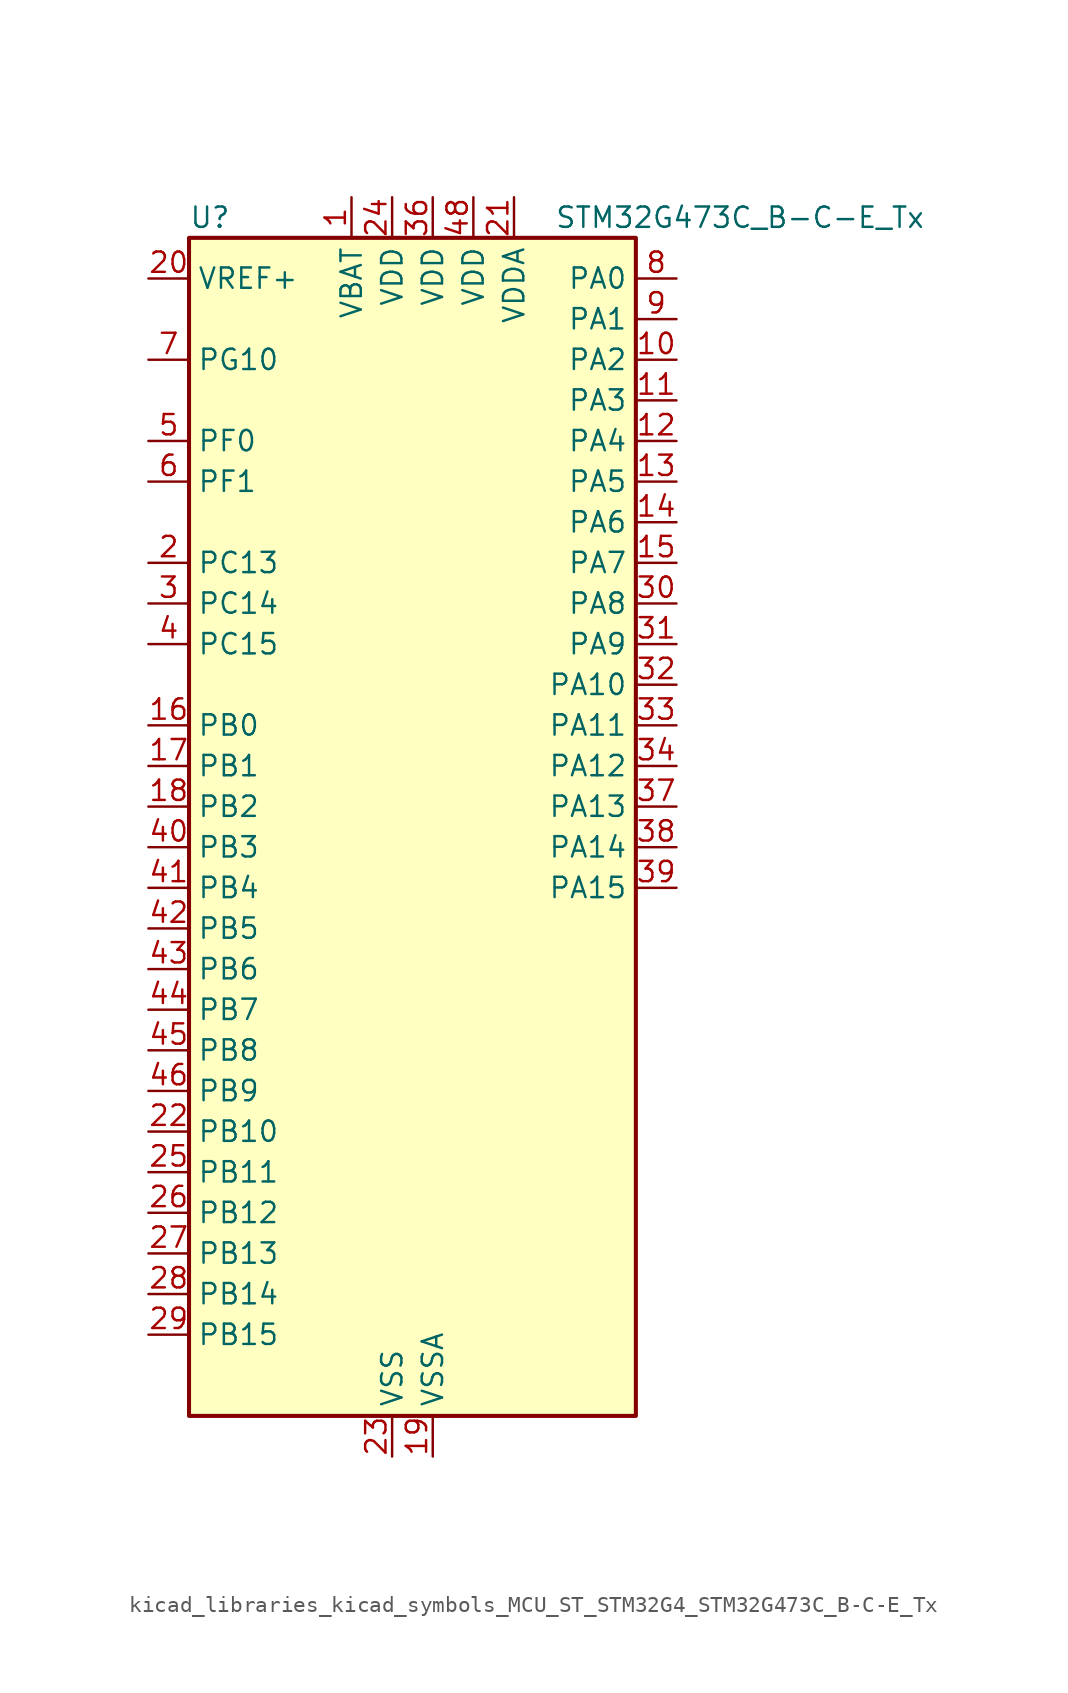
<source format=kicad_sym>
(kicad_symbol_lib
  (version 20220914)
  (generator kicad_symbol_editor)
  (symbol "kicad_libraries_kicad_symbols_MCU_ST_STM32G4_STM32G473C_B-C-E_Tx"
    (property "Reference" "U"
      (at -12.7 39.37 0)
      (effects (font (size 1.27 1.27)) (justify left)))
    (property "Value" "STM32G473C_B-C-E_Tx"
      (at 10.16 39.37 0)
      (effects (font (size 1.27 1.27)) (justify left)))
    (property "ki_locked" ""
      (at 0 0 0)
      (effects (font (size 1.27 1.27))))
    (symbol "kicad_libraries_kicad_symbols_MCU_ST_STM32G4_STM32G473C_B-C-E_Tx_0_1"
      (rectangle (start -12.7 -35.56) (end 15.24 38.1) (stroke (width 0.254) (type default)) (fill (type background))))
    (symbol "kicad_libraries_kicad_symbols_MCU_ST_STM32G4_STM32G473C_B-C-E_Tx_1_1"
      (pin power_in line (at -2.54 40.64 270) (length 2.54) (name "VBAT" (effects (font (size 1.27 1.27)))) (number "1" (effects (font (size 1.27 1.27)))))
      (pin bidirectional line (at 17.78 30.48 180) (length 2.54) (name "PA2" (effects (font (size 1.27 1.27)))) (number "10" (effects (font (size 1.27 1.27)))) (alternate "ADC1_IN3" bidirectional line) (alternate "ADC3_EXTI2" bidirectional line) (alternate "ADC4_EXTI2" bidirectional line) (alternate "ADC5_EXTI2" bidirectional line) (alternate "COMP2_INM" bidirectional line) (alternate "COMP2_OUT" bidirectional line) (alternate "LPUART1_TX" bidirectional line) (alternate "OPAMP1_VOUT" bidirectional line) (alternate "QUADSPI1_BK1_NCS" bidirectional line) (alternate "RCC_LSCO" bidirectional line) (alternate "SYS_WKUP4" bidirectional line) (alternate "TIM15_CH1" bidirectional line) (alternate "TIM2_CH3" bidirectional line) (alternate "TIM5_CH3" bidirectional line) (alternate "UCPD1_FRSTX1" bidirectional line) (alternate "UCPD1_FRSTX2" bidirectional line) (alternate "USART2_TX" bidirectional line))
      (pin bidirectional line (at 17.78 27.94 180) (length 2.54) (name "PA3" (effects (font (size 1.27 1.27)))) (number "11" (effects (font (size 1.27 1.27)))) (alternate "ADC1_IN4" bidirectional line) (alternate "ADC3_EXTI3" bidirectional line) (alternate "ADC4_EXTI3" bidirectional line) (alternate "ADC5_EXTI3" bidirectional line) (alternate "COMP2_INP" bidirectional line) (alternate "LPUART1_RX" bidirectional line) (alternate "OPAMP1_VINM" bidirectional line) (alternate "OPAMP1_VINM0" bidirectional line) (alternate "OPAMP1_VINM_SEC" bidirectional line) (alternate "OPAMP1_VINP" bidirectional line) (alternate "OPAMP1_VINP_SEC" bidirectional line) (alternate "OPAMP5_VINM" bidirectional line) (alternate "OPAMP5_VINM1" bidirectional line) (alternate "OPAMP5_VINM_SEC" bidirectional line) (alternate "QUADSPI1_CLK" bidirectional line) (alternate "SAI1_CK1" bidirectional line) (alternate "SAI1_MCLK_A" bidirectional line) (alternate "TIM15_CH2" bidirectional line) (alternate "TIM2_CH4" bidirectional line) (alternate "TIM5_CH4" bidirectional line) (alternate "USART2_RX" bidirectional line))
      (pin bidirectional line (at 17.78 25.4 180) (length 2.54) (name "PA4" (effects (font (size 1.27 1.27)))) (number "12" (effects (font (size 1.27 1.27)))) (alternate "ADC2_IN17" bidirectional line) (alternate "COMP1_INM" bidirectional line) (alternate "DAC1_OUT1" bidirectional line) (alternate "I2S3_WS" bidirectional line) (alternate "SAI1_FS_B" bidirectional line) (alternate "SPI1_NSS" bidirectional line) (alternate "SPI3_NSS" bidirectional line) (alternate "TIM3_CH2" bidirectional line) (alternate "USART2_CK" bidirectional line))
      (pin bidirectional line (at 17.78 22.86 180) (length 2.54) (name "PA5" (effects (font (size 1.27 1.27)))) (number "13" (effects (font (size 1.27 1.27)))) (alternate "ADC2_IN13" bidirectional line) (alternate "COMP2_INM" bidirectional line) (alternate "DAC1_OUT2" bidirectional line) (alternate "OPAMP2_VINM" bidirectional line) (alternate "OPAMP2_VINM0" bidirectional line) (alternate "OPAMP2_VINM_SEC" bidirectional line) (alternate "SPI1_SCK" bidirectional line) (alternate "TIM2_CH1" bidirectional line) (alternate "TIM2_ETR" bidirectional line) (alternate "UCPD1_FRSTX1" bidirectional line) (alternate "UCPD1_FRSTX2" bidirectional line))
      (pin bidirectional line (at 17.78 20.32 180) (length 2.54) (name "PA6" (effects (font (size 1.27 1.27)))) (number "14" (effects (font (size 1.27 1.27)))) (alternate "ADC2_IN3" bidirectional line) (alternate "COMP1_OUT" bidirectional line) (alternate "DAC2_OUT1" bidirectional line) (alternate "LPUART1_CTS" bidirectional line) (alternate "OPAMP2_VOUT" bidirectional line) (alternate "QUADSPI1_BK1_IO3" bidirectional line) (alternate "SPI1_MISO" bidirectional line) (alternate "TIM16_CH1" bidirectional line) (alternate "TIM1_BKIN" bidirectional line) (alternate "TIM3_CH1" bidirectional line) (alternate "TIM8_BKIN" bidirectional line))
      (pin bidirectional line (at 17.78 17.78 180) (length 2.54) (name "PA7" (effects (font (size 1.27 1.27)))) (number "15" (effects (font (size 1.27 1.27)))) (alternate "ADC2_IN4" bidirectional line) (alternate "COMP2_INP" bidirectional line) (alternate "COMP2_OUT" bidirectional line) (alternate "OPAMP1_VINP" bidirectional line) (alternate "OPAMP1_VINP_SEC" bidirectional line) (alternate "OPAMP2_VINP" bidirectional line) (alternate "OPAMP2_VINP_SEC" bidirectional line) (alternate "QUADSPI1_BK1_IO2" bidirectional line) (alternate "SPI1_MOSI" bidirectional line) (alternate "TIM17_CH1" bidirectional line) (alternate "TIM1_CH1N" bidirectional line) (alternate "TIM3_CH2" bidirectional line) (alternate "TIM8_CH1N" bidirectional line) (alternate "UCPD1_FRSTX1" bidirectional line) (alternate "UCPD1_FRSTX2" bidirectional line))
      (pin bidirectional line (at -15.24 7.62 0) (length 2.54) (name "PB0" (effects (font (size 1.27 1.27)))) (number "16" (effects (font (size 1.27 1.27)))) (alternate "ADC1_IN15" bidirectional line) (alternate "ADC3_IN12" bidirectional line) (alternate "COMP4_INP" bidirectional line) (alternate "OPAMP2_VINP" bidirectional line) (alternate "OPAMP2_VINP_SEC" bidirectional line) (alternate "OPAMP3_VINP" bidirectional line) (alternate "OPAMP3_VINP_SEC" bidirectional line) (alternate "QUADSPI1_BK1_IO1" bidirectional line) (alternate "TIM1_CH2N" bidirectional line) (alternate "TIM3_CH3" bidirectional line) (alternate "TIM8_CH2N" bidirectional line) (alternate "UCPD1_FRSTX1" bidirectional line) (alternate "UCPD1_FRSTX2" bidirectional line))
      (pin bidirectional line (at -15.24 5.08 0) (length 2.54) (name "PB1" (effects (font (size 1.27 1.27)))) (number "17" (effects (font (size 1.27 1.27)))) (alternate "ADC1_IN12" bidirectional line) (alternate "ADC3_IN1" bidirectional line) (alternate "COMP1_INP" bidirectional line) (alternate "COMP4_OUT" bidirectional line) (alternate "LPUART1_DE" bidirectional line) (alternate "LPUART1_RTS" bidirectional line) (alternate "OPAMP3_VOUT" bidirectional line) (alternate "OPAMP6_VINM" bidirectional line) (alternate "OPAMP6_VINM1" bidirectional line) (alternate "OPAMP6_VINM_SEC" bidirectional line) (alternate "QUADSPI1_BK1_IO0" bidirectional line) (alternate "TIM1_CH3N" bidirectional line) (alternate "TIM3_CH4" bidirectional line) (alternate "TIM8_CH3N" bidirectional line))
      (pin bidirectional line (at -15.24 2.54 0) (length 2.54) (name "PB2" (effects (font (size 1.27 1.27)))) (number "18" (effects (font (size 1.27 1.27)))) (alternate "ADC2_IN12" bidirectional line) (alternate "ADC3_EXTI2" bidirectional line) (alternate "ADC4_EXTI2" bidirectional line) (alternate "ADC5_EXTI2" bidirectional line) (alternate "COMP4_INM" bidirectional line) (alternate "I2C3_SMBA" bidirectional line) (alternate "LPTIM1_OUT" bidirectional line) (alternate "OPAMP3_VINM" bidirectional line) (alternate "OPAMP3_VINM0" bidirectional line) (alternate "OPAMP3_VINM_SEC" bidirectional line) (alternate "QUADSPI1_BK2_IO1" bidirectional line) (alternate "RTC_OUT2" bidirectional line) (alternate "TIM20_CH1" bidirectional line) (alternate "TIM5_CH1" bidirectional line))
      (pin power_in line (at 2.54 -38.1 90) (length 2.54) (name "VSSA" (effects (font (size 1.27 1.27)))) (number "19" (effects (font (size 1.27 1.27)))))
      (pin bidirectional line (at -15.24 17.78 0) (length 2.54) (name "PC13" (effects (font (size 1.27 1.27)))) (number "2" (effects (font (size 1.27 1.27)))) (alternate "RTC_OUT1" bidirectional line) (alternate "RTC_TAMP1" bidirectional line) (alternate "RTC_TS" bidirectional line) (alternate "SYS_WKUP2" bidirectional line) (alternate "TIM1_BKIN" bidirectional line) (alternate "TIM1_CH1N" bidirectional line) (alternate "TIM8_CH4N" bidirectional line))
      (pin input line (at -15.24 35.56 0) (length 2.54) (name "VREF+" (effects (font (size 1.27 1.27)))) (number "20" (effects (font (size 1.27 1.27)))) (alternate "VREFBUF_OUT" bidirectional line))
      (pin power_in line (at 7.62 40.64 270) (length 2.54) (name "VDDA" (effects (font (size 1.27 1.27)))) (number "21" (effects (font (size 1.27 1.27)))))
      (pin bidirectional line (at -15.24 -17.78 0) (length 2.54) (name "PB10" (effects (font (size 1.27 1.27)))) (number "22" (effects (font (size 1.27 1.27)))) (alternate "COMP5_INM" bidirectional line) (alternate "DAC1_EXTI10" bidirectional line) (alternate "DAC2_EXTI10" bidirectional line) (alternate "DAC3_EXTI10" bidirectional line) (alternate "DAC4_EXTI10" bidirectional line) (alternate "LPUART1_RX" bidirectional line) (alternate "OPAMP3_VINM" bidirectional line) (alternate "OPAMP3_VINM1" bidirectional line) (alternate "OPAMP3_VINM_SEC" bidirectional line) (alternate "OPAMP4_VINM" bidirectional line) (alternate "OPAMP4_VINM0" bidirectional line) (alternate "OPAMP4_VINM_SEC" bidirectional line) (alternate "QUADSPI1_CLK" bidirectional line) (alternate "SAI1_SCK_A" bidirectional line) (alternate "TIM1_BKIN" bidirectional line) (alternate "TIM2_CH3" bidirectional line) (alternate "USART3_TX" bidirectional line))
      (pin power_in line (at 0 -38.1 90) (length 2.54) (name "VSS" (effects (font (size 1.27 1.27)))) (number "23" (effects (font (size 1.27 1.27)))))
      (pin power_in line (at 0 40.64 270) (length 2.54) (name "VDD" (effects (font (size 1.27 1.27)))) (number "24" (effects (font (size 1.27 1.27)))))
      (pin bidirectional line (at -15.24 -20.32 0) (length 2.54) (name "PB11" (effects (font (size 1.27 1.27)))) (number "25" (effects (font (size 1.27 1.27)))) (alternate "ADC1_EXTI11" bidirectional line) (alternate "ADC1_IN14" bidirectional line) (alternate "ADC2_EXTI11" bidirectional line) (alternate "ADC2_IN14" bidirectional line) (alternate "COMP6_INP" bidirectional line) (alternate "LPUART1_TX" bidirectional line) (alternate "OPAMP4_VINP" bidirectional line) (alternate "OPAMP4_VINP_SEC" bidirectional line) (alternate "OPAMP6_VOUT" bidirectional line) (alternate "QUADSPI1_BK1_NCS" bidirectional line) (alternate "TIM2_CH4" bidirectional line) (alternate "USART3_RX" bidirectional line))
      (pin bidirectional line (at -15.24 -22.86 0) (length 2.54) (name "PB12" (effects (font (size 1.27 1.27)))) (number "26" (effects (font (size 1.27 1.27)))) (alternate "ADC1_IN11" bidirectional line) (alternate "ADC4_IN3" bidirectional line) (alternate "COMP7_INM" bidirectional line) (alternate "FDCAN2_RX" bidirectional line) (alternate "I2C2_SMBA" bidirectional line) (alternate "I2S2_WS" bidirectional line) (alternate "LPUART1_DE" bidirectional line) (alternate "LPUART1_RTS" bidirectional line) (alternate "OPAMP4_VOUT" bidirectional line) (alternate "OPAMP6_VINP" bidirectional line) (alternate "OPAMP6_VINP_SEC" bidirectional line) (alternate "SPI2_NSS" bidirectional line) (alternate "TIM1_BKIN" bidirectional line) (alternate "TIM5_ETR" bidirectional line) (alternate "USART3_CK" bidirectional line))
      (pin bidirectional line (at -15.24 -25.4 0) (length 2.54) (name "PB13" (effects (font (size 1.27 1.27)))) (number "27" (effects (font (size 1.27 1.27)))) (alternate "ADC3_IN5" bidirectional line) (alternate "COMP5_INP" bidirectional line) (alternate "FDCAN2_TX" bidirectional line) (alternate "I2S2_CK" bidirectional line) (alternate "LPUART1_CTS" bidirectional line) (alternate "OPAMP3_VINP" bidirectional line) (alternate "OPAMP3_VINP_SEC" bidirectional line) (alternate "OPAMP4_VINP" bidirectional line) (alternate "OPAMP4_VINP_SEC" bidirectional line) (alternate "OPAMP6_VINP" bidirectional line) (alternate "OPAMP6_VINP_SEC" bidirectional line) (alternate "SPI2_SCK" bidirectional line) (alternate "TIM1_CH1N" bidirectional line) (alternate "USART3_CTS" bidirectional line) (alternate "USART3_NSS" bidirectional line))
      (pin bidirectional line (at -15.24 -27.94 0) (length 2.54) (name "PB14" (effects (font (size 1.27 1.27)))) (number "28" (effects (font (size 1.27 1.27)))) (alternate "ADC1_IN5" bidirectional line) (alternate "ADC4_IN4" bidirectional line) (alternate "COMP4_OUT" bidirectional line) (alternate "COMP7_INP" bidirectional line) (alternate "OPAMP2_VINP" bidirectional line) (alternate "OPAMP2_VINP_SEC" bidirectional line) (alternate "OPAMP5_VINP" bidirectional line) (alternate "OPAMP5_VINP_SEC" bidirectional line) (alternate "SPI2_MISO" bidirectional line) (alternate "TIM15_CH1" bidirectional line) (alternate "TIM1_CH2N" bidirectional line) (alternate "USART3_DE" bidirectional line) (alternate "USART3_RTS" bidirectional line))
      (pin bidirectional line (at -15.24 -30.48 0) (length 2.54) (name "PB15" (effects (font (size 1.27 1.27)))) (number "29" (effects (font (size 1.27 1.27)))) (alternate "ADC1_EXTI15" bidirectional line) (alternate "ADC2_EXTI15" bidirectional line) (alternate "ADC2_IN15" bidirectional line) (alternate "ADC4_IN5" bidirectional line) (alternate "COMP3_OUT" bidirectional line) (alternate "COMP6_INM" bidirectional line) (alternate "I2S2_SD" bidirectional line) (alternate "OPAMP5_VINM" bidirectional line) (alternate "OPAMP5_VINM0" bidirectional line) (alternate "OPAMP5_VINM_SEC" bidirectional line) (alternate "RTC_REFIN" bidirectional line) (alternate "SPI2_MOSI" bidirectional line) (alternate "TIM15_CH1N" bidirectional line) (alternate "TIM15_CH2" bidirectional line) (alternate "TIM1_CH3N" bidirectional line))
      (pin bidirectional line (at -15.24 15.24 0) (length 2.54) (name "PC14" (effects (font (size 1.27 1.27)))) (number "3" (effects (font (size 1.27 1.27)))) (alternate "RCC_OSC32_IN" bidirectional line))
      (pin bidirectional line (at 17.78 15.24 180) (length 2.54) (name "PA8" (effects (font (size 1.27 1.27)))) (number "30" (effects (font (size 1.27 1.27)))) (alternate "ADC5_IN1" bidirectional line) (alternate "COMP7_OUT" bidirectional line) (alternate "FDCAN3_RX" bidirectional line) (alternate "I2C2_SDA" bidirectional line) (alternate "I2C3_SCL" bidirectional line) (alternate "I2S2_MCK" bidirectional line) (alternate "OPAMP5_VOUT" bidirectional line) (alternate "RCC_MCO" bidirectional line) (alternate "SAI1_CK2" bidirectional line) (alternate "SAI1_SCK_A" bidirectional line) (alternate "TIM1_CH1" bidirectional line) (alternate "TIM4_ETR" bidirectional line) (alternate "USART1_CK" bidirectional line))
      (pin bidirectional line (at 17.78 12.7 180) (length 2.54) (name "PA9" (effects (font (size 1.27 1.27)))) (number "31" (effects (font (size 1.27 1.27)))) (alternate "ADC5_IN2" bidirectional line) (alternate "COMP5_OUT" bidirectional line) (alternate "DAC1_EXTI9" bidirectional line) (alternate "DAC2_EXTI9" bidirectional line) (alternate "DAC3_EXTI9" bidirectional line) (alternate "DAC4_EXTI9" bidirectional line) (alternate "I2C2_SCL" bidirectional line) (alternate "I2C3_SMBA" bidirectional line) (alternate "I2S3_MCK" bidirectional line) (alternate "SAI1_FS_A" bidirectional line) (alternate "TIM15_BKIN" bidirectional line) (alternate "TIM1_CH2" bidirectional line) (alternate "TIM2_CH3" bidirectional line) (alternate "UCPD1_DBCC1" bidirectional line) (alternate "USART1_TX" bidirectional line))
      (pin bidirectional line (at 17.78 10.16 180) (length 2.54) (name "PA10" (effects (font (size 1.27 1.27)))) (number "32" (effects (font (size 1.27 1.27)))) (alternate "COMP6_OUT" bidirectional line) (alternate "CRS_SYNC" bidirectional line) (alternate "DAC1_EXTI10" bidirectional line) (alternate "DAC2_EXTI10" bidirectional line) (alternate "DAC3_EXTI10" bidirectional line) (alternate "DAC4_EXTI10" bidirectional line) (alternate "I2C2_SMBA" bidirectional line) (alternate "SAI1_D1" bidirectional line) (alternate "SAI1_SD_A" bidirectional line) (alternate "SPI2_MISO" bidirectional line) (alternate "TIM17_BKIN" bidirectional line) (alternate "TIM1_CH3" bidirectional line) (alternate "TIM2_CH4" bidirectional line) (alternate "TIM8_BKIN" bidirectional line) (alternate "UCPD1_DBCC2" bidirectional line) (alternate "USART1_RX" bidirectional line))
      (pin bidirectional line (at 17.78 7.62 180) (length 2.54) (name "PA11" (effects (font (size 1.27 1.27)))) (number "33" (effects (font (size 1.27 1.27)))) (alternate "ADC1_EXTI11" bidirectional line) (alternate "ADC2_EXTI11" bidirectional line) (alternate "COMP1_OUT" bidirectional line) (alternate "FDCAN1_RX" bidirectional line) (alternate "I2S2_SD" bidirectional line) (alternate "SPI2_MOSI" bidirectional line) (alternate "TIM1_BKIN2" bidirectional line) (alternate "TIM1_CH1N" bidirectional line) (alternate "TIM1_CH4" bidirectional line) (alternate "TIM4_CH1" bidirectional line) (alternate "USART1_CTS" bidirectional line) (alternate "USART1_NSS" bidirectional line) (alternate "USB_DM" bidirectional line))
      (pin bidirectional line (at 17.78 5.08 180) (length 2.54) (name "PA12" (effects (font (size 1.27 1.27)))) (number "34" (effects (font (size 1.27 1.27)))) (alternate "COMP2_OUT" bidirectional line) (alternate "FDCAN1_TX" bidirectional line) (alternate "I2S_CKIN" bidirectional line) (alternate "TIM16_CH1" bidirectional line) (alternate "TIM1_CH2N" bidirectional line) (alternate "TIM1_ETR" bidirectional line) (alternate "TIM4_CH2" bidirectional line) (alternate "USART1_DE" bidirectional line) (alternate "USART1_RTS" bidirectional line) (alternate "USB_DP" bidirectional line))
      (pin passive line (at 0 -38.1 90) (length 2.54) hide (name "VSS" (effects (font (size 1.27 1.27)))) (number "35" (effects (font (size 1.27 1.27)))))
      (pin power_in line (at 2.54 40.64 270) (length 2.54) (name "VDD" (effects (font (size 1.27 1.27)))) (number "36" (effects (font (size 1.27 1.27)))))
      (pin bidirectional line (at 17.78 2.54 180) (length 2.54) (name "PA13" (effects (font (size 1.27 1.27)))) (number "37" (effects (font (size 1.27 1.27)))) (alternate "I2C1_SCL" bidirectional line) (alternate "I2C4_SCL" bidirectional line) (alternate "IR_OUT" bidirectional line) (alternate "SAI1_SD_B" bidirectional line) (alternate "SYS_JTMS-SWDIO" bidirectional line) (alternate "TIM16_CH1N" bidirectional line) (alternate "TIM4_CH3" bidirectional line) (alternate "USART3_CTS" bidirectional line) (alternate "USART3_NSS" bidirectional line))
      (pin bidirectional line (at 17.78 0 180) (length 2.54) (name "PA14" (effects (font (size 1.27 1.27)))) (number "38" (effects (font (size 1.27 1.27)))) (alternate "I2C1_SDA" bidirectional line) (alternate "I2C4_SMBA" bidirectional line) (alternate "LPTIM1_OUT" bidirectional line) (alternate "SAI1_FS_B" bidirectional line) (alternate "SYS_JTCK-SWCLK" bidirectional line) (alternate "TIM1_BKIN" bidirectional line) (alternate "TIM8_CH2" bidirectional line) (alternate "USART2_TX" bidirectional line))
      (pin bidirectional line (at 17.78 -2.54 180) (length 2.54) (name "PA15" (effects (font (size 1.27 1.27)))) (number "39" (effects (font (size 1.27 1.27)))) (alternate "ADC1_EXTI15" bidirectional line) (alternate "ADC2_EXTI15" bidirectional line) (alternate "FDCAN3_TX" bidirectional line) (alternate "I2C1_SCL" bidirectional line) (alternate "I2S3_WS" bidirectional line) (alternate "SPI1_NSS" bidirectional line) (alternate "SPI3_NSS" bidirectional line) (alternate "SYS_JTDI" bidirectional line) (alternate "TIM1_BKIN" bidirectional line) (alternate "TIM2_CH1" bidirectional line) (alternate "TIM2_ETR" bidirectional line) (alternate "TIM8_CH1" bidirectional line) (alternate "USART2_RX" bidirectional line))
      (pin bidirectional line (at -15.24 12.7 0) (length 2.54) (name "PC15" (effects (font (size 1.27 1.27)))) (number "4" (effects (font (size 1.27 1.27)))) (alternate "ADC1_EXTI15" bidirectional line) (alternate "ADC2_EXTI15" bidirectional line) (alternate "RCC_OSC32_OUT" bidirectional line))
      (pin bidirectional line (at -15.24 0 0) (length 2.54) (name "PB3" (effects (font (size 1.27 1.27)))) (number "40" (effects (font (size 1.27 1.27)))) (alternate "ADC3_EXTI3" bidirectional line) (alternate "ADC4_EXTI3" bidirectional line) (alternate "ADC5_EXTI3" bidirectional line) (alternate "CRS_SYNC" bidirectional line) (alternate "FDCAN3_RX" bidirectional line) (alternate "I2S3_CK" bidirectional line) (alternate "SAI1_SCK_B" bidirectional line) (alternate "SPI1_SCK" bidirectional line) (alternate "SPI3_SCK" bidirectional line) (alternate "SYS_JTDO-SWO" bidirectional line) (alternate "TIM2_CH2" bidirectional line) (alternate "TIM3_ETR" bidirectional line) (alternate "TIM4_ETR" bidirectional line) (alternate "TIM8_CH1N" bidirectional line) (alternate "USART2_TX" bidirectional line))
      (pin bidirectional line (at -15.24 -2.54 0) (length 2.54) (name "PB4" (effects (font (size 1.27 1.27)))) (number "41" (effects (font (size 1.27 1.27)))) (alternate "FDCAN3_TX" bidirectional line) (alternate "SAI1_MCLK_B" bidirectional line) (alternate "SPI1_MISO" bidirectional line) (alternate "SPI3_MISO" bidirectional line) (alternate "SYS_JTRST" bidirectional line) (alternate "TIM16_CH1" bidirectional line) (alternate "TIM17_BKIN" bidirectional line) (alternate "TIM3_CH1" bidirectional line) (alternate "TIM8_CH2N" bidirectional line) (alternate "UCPD1_CC2" bidirectional line) (alternate "USART2_RX" bidirectional line))
      (pin bidirectional line (at -15.24 -5.08 0) (length 2.54) (name "PB5" (effects (font (size 1.27 1.27)))) (number "42" (effects (font (size 1.27 1.27)))) (alternate "FDCAN2_RX" bidirectional line) (alternate "I2C1_SMBA" bidirectional line) (alternate "I2C3_SDA" bidirectional line) (alternate "I2S3_SD" bidirectional line) (alternate "LPTIM1_IN1" bidirectional line) (alternate "SAI1_SD_B" bidirectional line) (alternate "SPI1_MOSI" bidirectional line) (alternate "SPI3_MOSI" bidirectional line) (alternate "TIM16_BKIN" bidirectional line) (alternate "TIM17_CH1" bidirectional line) (alternate "TIM3_CH2" bidirectional line) (alternate "TIM8_CH3N" bidirectional line) (alternate "USART2_CK" bidirectional line))
      (pin bidirectional line (at -15.24 -7.62 0) (length 2.54) (name "PB6" (effects (font (size 1.27 1.27)))) (number "43" (effects (font (size 1.27 1.27)))) (alternate "COMP4_OUT" bidirectional line) (alternate "FDCAN2_TX" bidirectional line) (alternate "LPTIM1_ETR" bidirectional line) (alternate "SAI1_FS_B" bidirectional line) (alternate "TIM16_CH1N" bidirectional line) (alternate "TIM4_CH1" bidirectional line) (alternate "TIM8_BKIN2" bidirectional line) (alternate "TIM8_CH1" bidirectional line) (alternate "TIM8_ETR" bidirectional line) (alternate "UCPD1_CC1" bidirectional line) (alternate "USART1_TX" bidirectional line))
      (pin bidirectional line (at -15.24 -10.16 0) (length 2.54) (name "PB7" (effects (font (size 1.27 1.27)))) (number "44" (effects (font (size 1.27 1.27)))) (alternate "COMP3_OUT" bidirectional line) (alternate "I2C1_SDA" bidirectional line) (alternate "I2C4_SDA" bidirectional line) (alternate "LPTIM1_IN2" bidirectional line) (alternate "SYS_PVD_IN" bidirectional line) (alternate "TIM17_CH1N" bidirectional line) (alternate "TIM3_CH4" bidirectional line) (alternate "TIM4_CH2" bidirectional line) (alternate "TIM8_BKIN" bidirectional line) (alternate "USART1_RX" bidirectional line))
      (pin bidirectional line (at -15.24 -12.7 0) (length 2.54) (name "PB8" (effects (font (size 1.27 1.27)))) (number "45" (effects (font (size 1.27 1.27)))) (alternate "COMP1_OUT" bidirectional line) (alternate "FDCAN1_RX" bidirectional line) (alternate "I2C1_SCL" bidirectional line) (alternate "SAI1_CK1" bidirectional line) (alternate "SAI1_MCLK_A" bidirectional line) (alternate "TIM16_CH1" bidirectional line) (alternate "TIM1_BKIN" bidirectional line) (alternate "TIM4_CH3" bidirectional line) (alternate "TIM8_CH2" bidirectional line) (alternate "USART3_RX" bidirectional line))
      (pin bidirectional line (at -15.24 -15.24 0) (length 2.54) (name "PB9" (effects (font (size 1.27 1.27)))) (number "46" (effects (font (size 1.27 1.27)))) (alternate "COMP2_OUT" bidirectional line) (alternate "DAC1_EXTI9" bidirectional line) (alternate "DAC2_EXTI9" bidirectional line) (alternate "DAC3_EXTI9" bidirectional line) (alternate "DAC4_EXTI9" bidirectional line) (alternate "FDCAN1_TX" bidirectional line) (alternate "I2C1_SDA" bidirectional line) (alternate "IR_OUT" bidirectional line) (alternate "SAI1_D2" bidirectional line) (alternate "SAI1_FS_A" bidirectional line) (alternate "TIM17_CH1" bidirectional line) (alternate "TIM1_CH3N" bidirectional line) (alternate "TIM4_CH4" bidirectional line) (alternate "TIM8_CH3" bidirectional line) (alternate "USART3_TX" bidirectional line))
      (pin passive line (at 0 -38.1 90) (length 2.54) hide (name "VSS" (effects (font (size 1.27 1.27)))) (number "47" (effects (font (size 1.27 1.27)))))
      (pin power_in line (at 5.08 40.64 270) (length 2.54) (name "VDD" (effects (font (size 1.27 1.27)))) (number "48" (effects (font (size 1.27 1.27)))))
      (pin bidirectional line (at -15.24 25.4 0) (length 2.54) (name "PF0" (effects (font (size 1.27 1.27)))) (number "5" (effects (font (size 1.27 1.27)))) (alternate "ADC1_IN10" bidirectional line) (alternate "I2C2_SDA" bidirectional line) (alternate "I2S2_WS" bidirectional line) (alternate "RCC_OSC_IN" bidirectional line) (alternate "SPI2_NSS" bidirectional line) (alternate "TIM1_CH3N" bidirectional line))
      (pin bidirectional line (at -15.24 22.86 0) (length 2.54) (name "PF1" (effects (font (size 1.27 1.27)))) (number "6" (effects (font (size 1.27 1.27)))) (alternate "ADC2_IN10" bidirectional line) (alternate "COMP3_INM" bidirectional line) (alternate "I2S2_CK" bidirectional line) (alternate "RCC_OSC_OUT" bidirectional line) (alternate "SPI2_SCK" bidirectional line))
      (pin bidirectional line (at -15.24 30.48 0) (length 2.54) (name "PG10" (effects (font (size 1.27 1.27)))) (number "7" (effects (font (size 1.27 1.27)))) (alternate "DAC1_EXTI10" bidirectional line) (alternate "DAC2_EXTI10" bidirectional line) (alternate "DAC3_EXTI10" bidirectional line) (alternate "DAC4_EXTI10" bidirectional line) (alternate "RCC_MCO" bidirectional line))
      (pin bidirectional line (at 17.78 35.56 180) (length 2.54) (name "PA0" (effects (font (size 1.27 1.27)))) (number "8" (effects (font (size 1.27 1.27)))) (alternate "ADC1_IN1" bidirectional line) (alternate "ADC2_IN1" bidirectional line) (alternate "COMP1_INM" bidirectional line) (alternate "COMP1_OUT" bidirectional line) (alternate "COMP3_INP" bidirectional line) (alternate "RTC_TAMP2" bidirectional line) (alternate "SYS_WKUP1" bidirectional line) (alternate "TIM2_CH1" bidirectional line) (alternate "TIM2_ETR" bidirectional line) (alternate "TIM5_CH1" bidirectional line) (alternate "TIM8_BKIN" bidirectional line) (alternate "TIM8_ETR" bidirectional line) (alternate "USART2_CTS" bidirectional line) (alternate "USART2_NSS" bidirectional line))
      (pin bidirectional line (at 17.78 33.02 180) (length 2.54) (name "PA1" (effects (font (size 1.27 1.27)))) (number "9" (effects (font (size 1.27 1.27)))) (alternate "ADC1_IN2" bidirectional line) (alternate "ADC2_IN2" bidirectional line) (alternate "COMP1_INP" bidirectional line) (alternate "OPAMP1_VINP" bidirectional line) (alternate "OPAMP1_VINP_SEC" bidirectional line) (alternate "OPAMP3_VINP" bidirectional line) (alternate "OPAMP3_VINP_SEC" bidirectional line) (alternate "OPAMP6_VINM" bidirectional line) (alternate "OPAMP6_VINM0" bidirectional line) (alternate "OPAMP6_VINM_SEC" bidirectional line) (alternate "RTC_REFIN" bidirectional line) (alternate "TIM15_CH1N" bidirectional line) (alternate "TIM2_CH2" bidirectional line) (alternate "TIM5_CH2" bidirectional line) (alternate "USART2_DE" bidirectional line) (alternate "USART2_RTS" bidirectional line)))))
</source>
